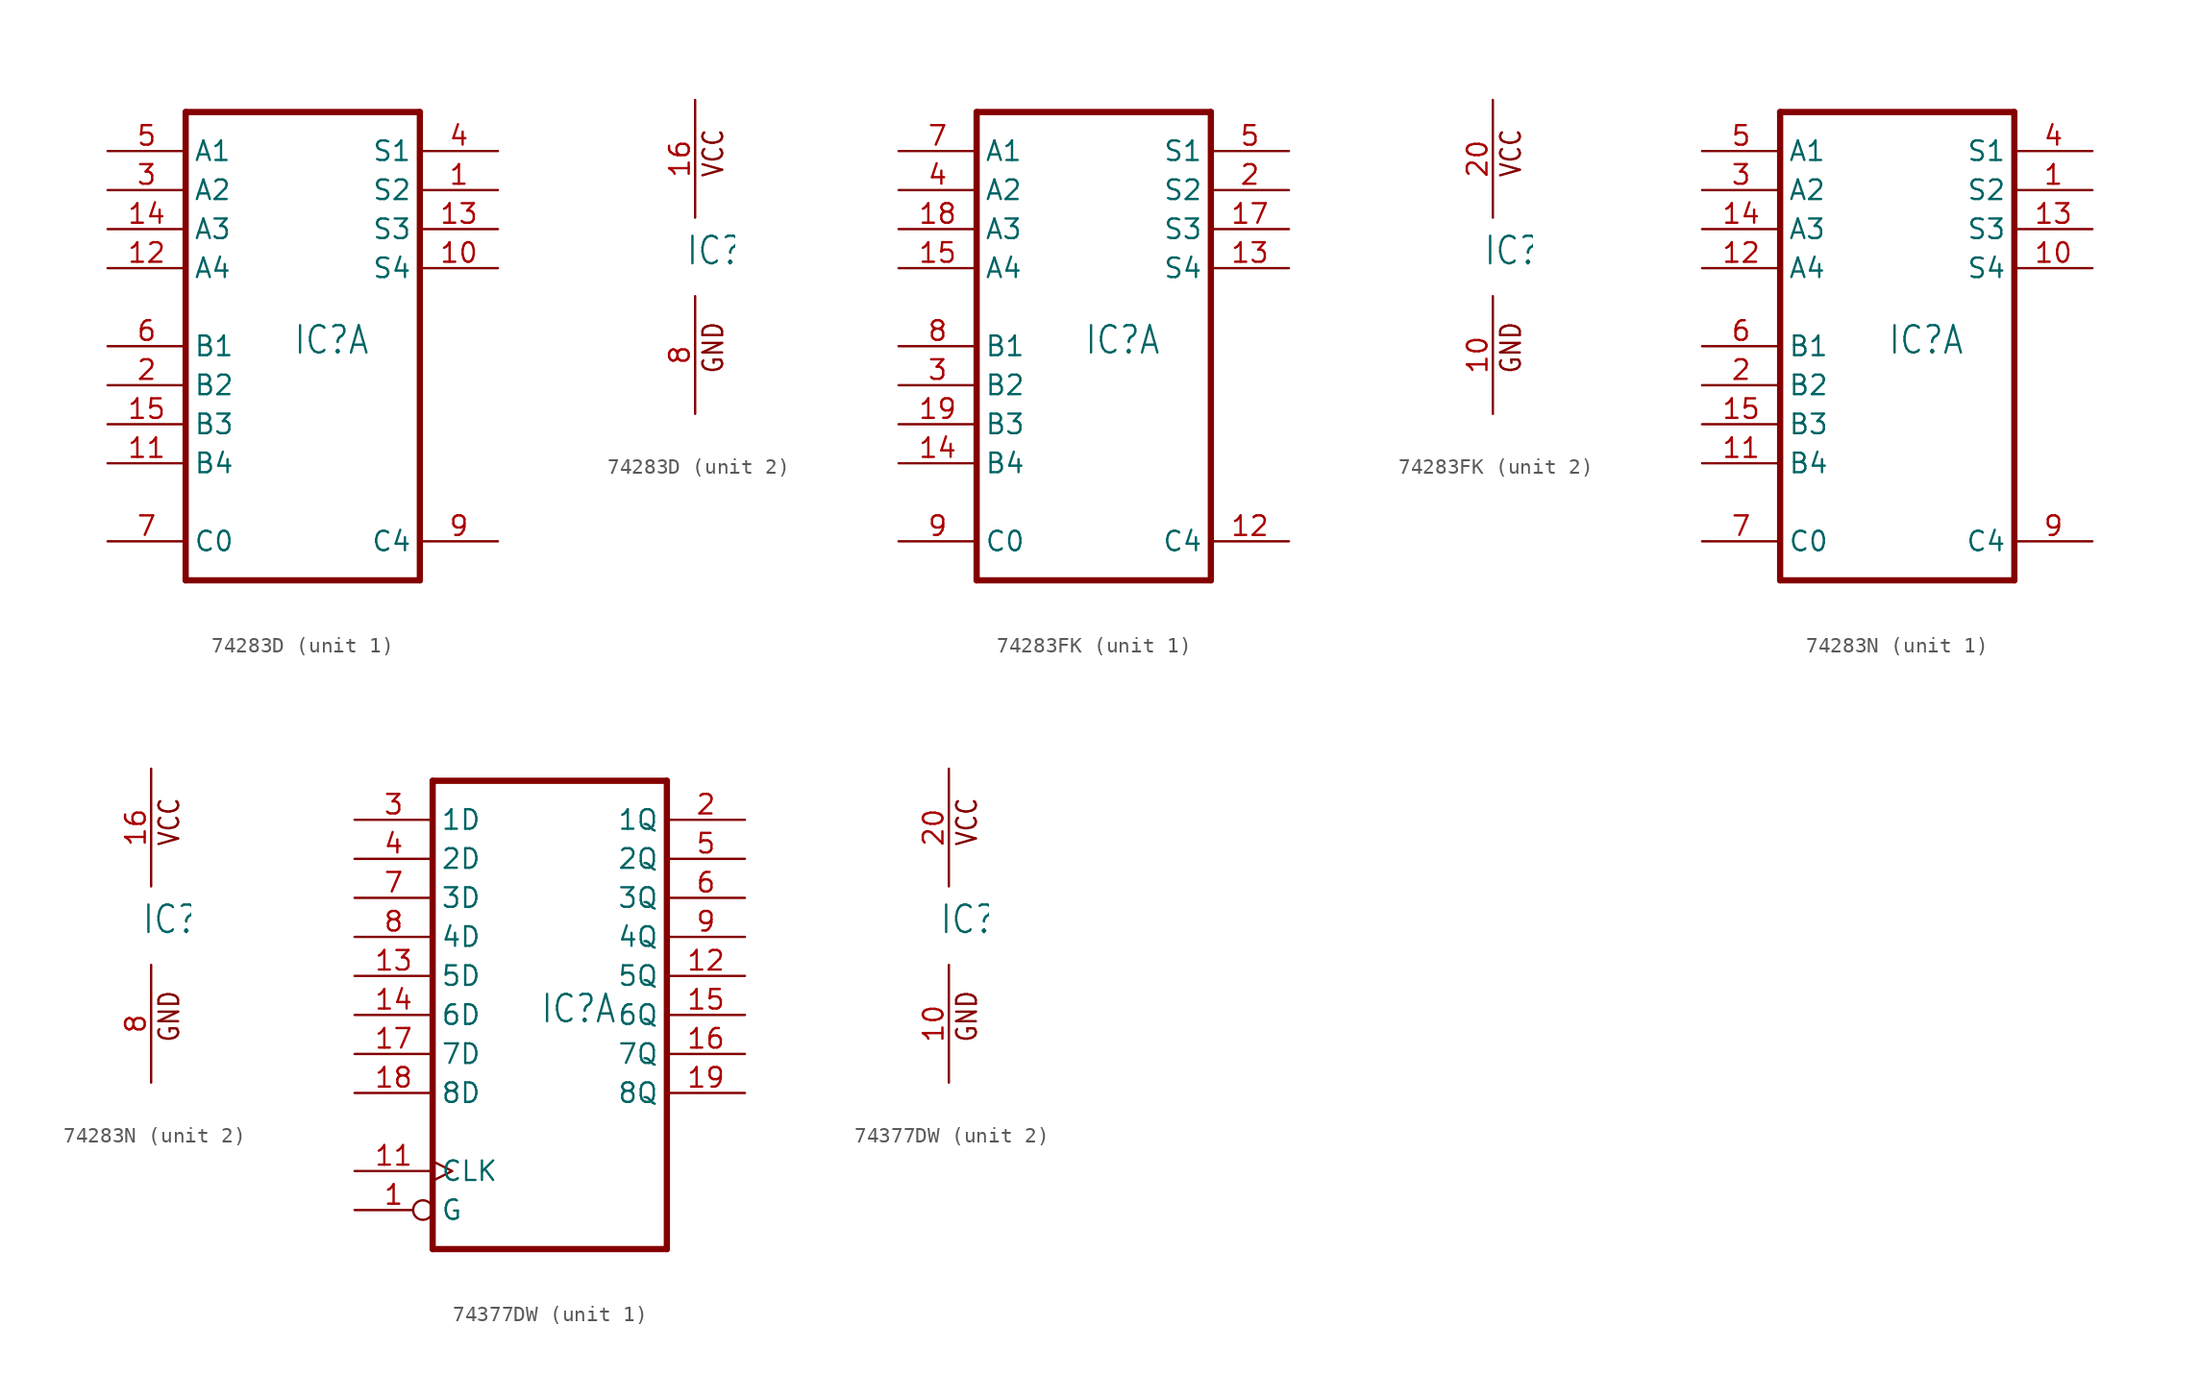
<source format=kicad_sym>
(kicad_symbol_lib
  (version 20220914)
  (generator kicad_symbol_editor)
  (symbol "74283D"
    (property "Reference" "IC"
      (at -0.635 -0.635 0)
      (effects (font (size 1.778 1.511)) (justify left bottom)))
    (property "ki_locked" ""
      (at 0 0 0)
      (effects (font (size 1.27 1.27))))
    (symbol "74283D_1_0"
      (polyline (pts (xy -7.62 -15.24) (xy 7.62 -15.24)) (stroke (width 0.406) (type solid)) (fill (type none)))
      (polyline (pts (xy -7.62 15.24) (xy -7.62 -15.24)) (stroke (width 0.406) (type solid)) (fill (type none)))
      (polyline (pts (xy 7.62 -15.24) (xy 7.62 15.24)) (stroke (width 0.406) (type solid)) (fill (type none)))
      (polyline (pts (xy 7.62 15.24) (xy -7.62 15.24)) (stroke (width 0.406) (type solid)) (fill (type none)))
      (pin output line (at 12.7 10.16 180) (length 5.08) (name "S2" (effects (font (size 1.27 1.27)))) (number "1" (effects (font (size 1.27 1.27)))))
      (pin output line (at 12.7 5.08 180) (length 5.08) (name "S4" (effects (font (size 1.27 1.27)))) (number "10" (effects (font (size 1.27 1.27)))))
      (pin input line (at -12.7 -7.62 0) (length 5.08) (name "B4" (effects (font (size 1.27 1.27)))) (number "11" (effects (font (size 1.27 1.27)))))
      (pin input line (at -12.7 5.08 0) (length 5.08) (name "A4" (effects (font (size 1.27 1.27)))) (number "12" (effects (font (size 1.27 1.27)))))
      (pin output line (at 12.7 7.62 180) (length 5.08) (name "S3" (effects (font (size 1.27 1.27)))) (number "13" (effects (font (size 1.27 1.27)))))
      (pin input line (at -12.7 7.62 0) (length 5.08) (name "A3" (effects (font (size 1.27 1.27)))) (number "14" (effects (font (size 1.27 1.27)))))
      (pin input line (at -12.7 -5.08 0) (length 5.08) (name "B3" (effects (font (size 1.27 1.27)))) (number "15" (effects (font (size 1.27 1.27)))))
      (pin input line (at -12.7 -2.54 0) (length 5.08) (name "B2" (effects (font (size 1.27 1.27)))) (number "2" (effects (font (size 1.27 1.27)))))
      (pin input line (at -12.7 10.16 0) (length 5.08) (name "A2" (effects (font (size 1.27 1.27)))) (number "3" (effects (font (size 1.27 1.27)))))
      (pin output line (at 12.7 12.7 180) (length 5.08) (name "S1" (effects (font (size 1.27 1.27)))) (number "4" (effects (font (size 1.27 1.27)))))
      (pin input line (at -12.7 12.7 0) (length 5.08) (name "A1" (effects (font (size 1.27 1.27)))) (number "5" (effects (font (size 1.27 1.27)))))
      (pin input line (at -12.7 0 0) (length 5.08) (name "B1" (effects (font (size 1.27 1.27)))) (number "6" (effects (font (size 1.27 1.27)))))
      (pin input line (at -12.7 -12.7 0) (length 5.08) (name "C0" (effects (font (size 1.27 1.27)))) (number "7" (effects (font (size 1.27 1.27)))))
      (pin output line (at 12.7 -12.7 180) (length 5.08) (name "C4" (effects (font (size 1.27 1.27)))) (number "9" (effects (font (size 1.27 1.27))))))
    (symbol "74283D_2_0"
      (text "GND" (at 1.905 -7.62 900) (effects (font (size 1.27 1.079)) (justify left bottom)))
      (text "VCC" (at 1.905 5.08 900) (effects (font (size 1.27 1.079)) (justify left bottom)))
      (pin power_in line (at 0 10.16 270) (length 7.62) (name "VCC" (effects (font (size 0 0)))) (number "16" (effects (font (size 1.27 1.27)))))
      (pin power_in line (at 0 -10.16 90) (length 7.62) (name "GND" (effects (font (size 0 0)))) (number "8" (effects (font (size 1.27 1.27)))))))
  (symbol "74283FK"
    (property "Reference" "IC"
      (at -0.635 -0.635 0)
      (effects (font (size 1.778 1.511)) (justify left bottom)))
    (property "ki_locked" ""
      (at 0 0 0)
      (effects (font (size 1.27 1.27))))
    (symbol "74283FK_1_0"
      (polyline (pts (xy -7.62 -15.24) (xy 7.62 -15.24)) (stroke (width 0.406) (type solid)) (fill (type none)))
      (polyline (pts (xy -7.62 15.24) (xy -7.62 -15.24)) (stroke (width 0.406) (type solid)) (fill (type none)))
      (polyline (pts (xy 7.62 -15.24) (xy 7.62 15.24)) (stroke (width 0.406) (type solid)) (fill (type none)))
      (polyline (pts (xy 7.62 15.24) (xy -7.62 15.24)) (stroke (width 0.406) (type solid)) (fill (type none)))
      (pin output line (at 12.7 -12.7 180) (length 5.08) (name "C4" (effects (font (size 1.27 1.27)))) (number "12" (effects (font (size 1.27 1.27)))))
      (pin output line (at 12.7 5.08 180) (length 5.08) (name "S4" (effects (font (size 1.27 1.27)))) (number "13" (effects (font (size 1.27 1.27)))))
      (pin input line (at -12.7 -7.62 0) (length 5.08) (name "B4" (effects (font (size 1.27 1.27)))) (number "14" (effects (font (size 1.27 1.27)))))
      (pin input line (at -12.7 5.08 0) (length 5.08) (name "A4" (effects (font (size 1.27 1.27)))) (number "15" (effects (font (size 1.27 1.27)))))
      (pin output line (at 12.7 7.62 180) (length 5.08) (name "S3" (effects (font (size 1.27 1.27)))) (number "17" (effects (font (size 1.27 1.27)))))
      (pin input line (at -12.7 7.62 0) (length 5.08) (name "A3" (effects (font (size 1.27 1.27)))) (number "18" (effects (font (size 1.27 1.27)))))
      (pin input line (at -12.7 -5.08 0) (length 5.08) (name "B3" (effects (font (size 1.27 1.27)))) (number "19" (effects (font (size 1.27 1.27)))))
      (pin output line (at 12.7 10.16 180) (length 5.08) (name "S2" (effects (font (size 1.27 1.27)))) (number "2" (effects (font (size 1.27 1.27)))))
      (pin input line (at -12.7 -2.54 0) (length 5.08) (name "B2" (effects (font (size 1.27 1.27)))) (number "3" (effects (font (size 1.27 1.27)))))
      (pin input line (at -12.7 10.16 0) (length 5.08) (name "A2" (effects (font (size 1.27 1.27)))) (number "4" (effects (font (size 1.27 1.27)))))
      (pin output line (at 12.7 12.7 180) (length 5.08) (name "S1" (effects (font (size 1.27 1.27)))) (number "5" (effects (font (size 1.27 1.27)))))
      (pin input line (at -12.7 12.7 0) (length 5.08) (name "A1" (effects (font (size 1.27 1.27)))) (number "7" (effects (font (size 1.27 1.27)))))
      (pin input line (at -12.7 0 0) (length 5.08) (name "B1" (effects (font (size 1.27 1.27)))) (number "8" (effects (font (size 1.27 1.27)))))
      (pin input line (at -12.7 -12.7 0) (length 5.08) (name "C0" (effects (font (size 1.27 1.27)))) (number "9" (effects (font (size 1.27 1.27))))))
    (symbol "74283FK_2_0"
      (text "GND" (at 1.905 -7.62 900) (effects (font (size 1.27 1.079)) (justify left bottom)))
      (text "VCC" (at 1.905 5.08 900) (effects (font (size 1.27 1.079)) (justify left bottom)))
      (pin power_in line (at 0 -10.16 90) (length 7.62) (name "GND" (effects (font (size 0 0)))) (number "10" (effects (font (size 1.27 1.27)))))
      (pin power_in line (at 0 10.16 270) (length 7.62) (name "VCC" (effects (font (size 0 0)))) (number "20" (effects (font (size 1.27 1.27)))))))
  (symbol "74283N"
    (property "Reference" "IC"
      (at -0.635 -0.635 0)
      (effects (font (size 1.778 1.511)) (justify left bottom)))
    (property "ki_locked" ""
      (at 0 0 0)
      (effects (font (size 1.27 1.27))))
    (symbol "74283N_1_0"
      (polyline (pts (xy -7.62 -15.24) (xy 7.62 -15.24)) (stroke (width 0.406) (type solid)) (fill (type none)))
      (polyline (pts (xy -7.62 15.24) (xy -7.62 -15.24)) (stroke (width 0.406) (type solid)) (fill (type none)))
      (polyline (pts (xy 7.62 -15.24) (xy 7.62 15.24)) (stroke (width 0.406) (type solid)) (fill (type none)))
      (polyline (pts (xy 7.62 15.24) (xy -7.62 15.24)) (stroke (width 0.406) (type solid)) (fill (type none)))
      (pin output line (at 12.7 10.16 180) (length 5.08) (name "S2" (effects (font (size 1.27 1.27)))) (number "1" (effects (font (size 1.27 1.27)))))
      (pin output line (at 12.7 5.08 180) (length 5.08) (name "S4" (effects (font (size 1.27 1.27)))) (number "10" (effects (font (size 1.27 1.27)))))
      (pin input line (at -12.7 -7.62 0) (length 5.08) (name "B4" (effects (font (size 1.27 1.27)))) (number "11" (effects (font (size 1.27 1.27)))))
      (pin input line (at -12.7 5.08 0) (length 5.08) (name "A4" (effects (font (size 1.27 1.27)))) (number "12" (effects (font (size 1.27 1.27)))))
      (pin output line (at 12.7 7.62 180) (length 5.08) (name "S3" (effects (font (size 1.27 1.27)))) (number "13" (effects (font (size 1.27 1.27)))))
      (pin input line (at -12.7 7.62 0) (length 5.08) (name "A3" (effects (font (size 1.27 1.27)))) (number "14" (effects (font (size 1.27 1.27)))))
      (pin input line (at -12.7 -5.08 0) (length 5.08) (name "B3" (effects (font (size 1.27 1.27)))) (number "15" (effects (font (size 1.27 1.27)))))
      (pin input line (at -12.7 -2.54 0) (length 5.08) (name "B2" (effects (font (size 1.27 1.27)))) (number "2" (effects (font (size 1.27 1.27)))))
      (pin input line (at -12.7 10.16 0) (length 5.08) (name "A2" (effects (font (size 1.27 1.27)))) (number "3" (effects (font (size 1.27 1.27)))))
      (pin output line (at 12.7 12.7 180) (length 5.08) (name "S1" (effects (font (size 1.27 1.27)))) (number "4" (effects (font (size 1.27 1.27)))))
      (pin input line (at -12.7 12.7 0) (length 5.08) (name "A1" (effects (font (size 1.27 1.27)))) (number "5" (effects (font (size 1.27 1.27)))))
      (pin input line (at -12.7 0 0) (length 5.08) (name "B1" (effects (font (size 1.27 1.27)))) (number "6" (effects (font (size 1.27 1.27)))))
      (pin input line (at -12.7 -12.7 0) (length 5.08) (name "C0" (effects (font (size 1.27 1.27)))) (number "7" (effects (font (size 1.27 1.27)))))
      (pin output line (at 12.7 -12.7 180) (length 5.08) (name "C4" (effects (font (size 1.27 1.27)))) (number "9" (effects (font (size 1.27 1.27))))))
    (symbol "74283N_2_0"
      (text "GND" (at 1.905 -7.62 900) (effects (font (size 1.27 1.079)) (justify left bottom)))
      (text "VCC" (at 1.905 5.08 900) (effects (font (size 1.27 1.079)) (justify left bottom)))
      (pin power_in line (at 0 10.16 270) (length 7.62) (name "VCC" (effects (font (size 0 0)))) (number "16" (effects (font (size 1.27 1.27)))))
      (pin power_in line (at 0 -10.16 90) (length 7.62) (name "GND" (effects (font (size 0 0)))) (number "8" (effects (font (size 1.27 1.27)))))))
  (symbol "74377DW"
    (property "Reference" "IC"
      (at -0.635 -0.635 0)
      (effects (font (size 1.778 1.511)) (justify left bottom)))
    (property "ki_locked" ""
      (at 0 0 0)
      (effects (font (size 1.27 1.27))))
    (symbol "74377DW_1_0"
      (polyline (pts (xy -7.62 -15.24) (xy 7.62 -15.24)) (stroke (width 0.406) (type solid)) (fill (type none)))
      (polyline (pts (xy -7.62 15.24) (xy -7.62 -15.24)) (stroke (width 0.406) (type solid)) (fill (type none)))
      (polyline (pts (xy 7.62 -15.24) (xy 7.62 15.24)) (stroke (width 0.406) (type solid)) (fill (type none)))
      (polyline (pts (xy 7.62 15.24) (xy -7.62 15.24)) (stroke (width 0.406) (type solid)) (fill (type none)))
      (pin input inverted (at -12.7 -12.7 0) (length 5.08) (name "G" (effects (font (size 1.27 1.27)))) (number "1" (effects (font (size 1.27 1.27)))))
      (pin input clock (at -12.7 -10.16 0) (length 5.08) (name "CLK" (effects (font (size 1.27 1.27)))) (number "11" (effects (font (size 1.27 1.27)))))
      (pin output line (at 12.7 2.54 180) (length 5.08) (name "5Q" (effects (font (size 1.27 1.27)))) (number "12" (effects (font (size 1.27 1.27)))))
      (pin input line (at -12.7 2.54 0) (length 5.08) (name "5D" (effects (font (size 1.27 1.27)))) (number "13" (effects (font (size 1.27 1.27)))))
      (pin input line (at -12.7 0 0) (length 5.08) (name "6D" (effects (font (size 1.27 1.27)))) (number "14" (effects (font (size 1.27 1.27)))))
      (pin output line (at 12.7 0 180) (length 5.08) (name "6Q" (effects (font (size 1.27 1.27)))) (number "15" (effects (font (size 1.27 1.27)))))
      (pin output line (at 12.7 -2.54 180) (length 5.08) (name "7Q" (effects (font (size 1.27 1.27)))) (number "16" (effects (font (size 1.27 1.27)))))
      (pin input line (at -12.7 -2.54 0) (length 5.08) (name "7D" (effects (font (size 1.27 1.27)))) (number "17" (effects (font (size 1.27 1.27)))))
      (pin input line (at -12.7 -5.08 0) (length 5.08) (name "8D" (effects (font (size 1.27 1.27)))) (number "18" (effects (font (size 1.27 1.27)))))
      (pin output line (at 12.7 -5.08 180) (length 5.08) (name "8Q" (effects (font (size 1.27 1.27)))) (number "19" (effects (font (size 1.27 1.27)))))
      (pin output line (at 12.7 12.7 180) (length 5.08) (name "1Q" (effects (font (size 1.27 1.27)))) (number "2" (effects (font (size 1.27 1.27)))))
      (pin input line (at -12.7 12.7 0) (length 5.08) (name "1D" (effects (font (size 1.27 1.27)))) (number "3" (effects (font (size 1.27 1.27)))))
      (pin input line (at -12.7 10.16 0) (length 5.08) (name "2D" (effects (font (size 1.27 1.27)))) (number "4" (effects (font (size 1.27 1.27)))))
      (pin output line (at 12.7 10.16 180) (length 5.08) (name "2Q" (effects (font (size 1.27 1.27)))) (number "5" (effects (font (size 1.27 1.27)))))
      (pin output line (at 12.7 7.62 180) (length 5.08) (name "3Q" (effects (font (size 1.27 1.27)))) (number "6" (effects (font (size 1.27 1.27)))))
      (pin input line (at -12.7 7.62 0) (length 5.08) (name "3D" (effects (font (size 1.27 1.27)))) (number "7" (effects (font (size 1.27 1.27)))))
      (pin input line (at -12.7 5.08 0) (length 5.08) (name "4D" (effects (font (size 1.27 1.27)))) (number "8" (effects (font (size 1.27 1.27)))))
      (pin output line (at 12.7 5.08 180) (length 5.08) (name "4Q" (effects (font (size 1.27 1.27)))) (number "9" (effects (font (size 1.27 1.27))))))
    (symbol "74377DW_2_0"
      (text "GND" (at 1.905 -7.62 900) (effects (font (size 1.27 1.079)) (justify left bottom)))
      (text "VCC" (at 1.905 5.08 900) (effects (font (size 1.27 1.079)) (justify left bottom)))
      (pin power_in line (at 0 -10.16 90) (length 7.62) (name "GND" (effects (font (size 0 0)))) (number "10" (effects (font (size 1.27 1.27)))))
      (pin power_in line (at 0 10.16 270) (length 7.62) (name "VCC" (effects (font (size 0 0)))) (number "20" (effects (font (size 1.27 1.27))))))))
</source>
